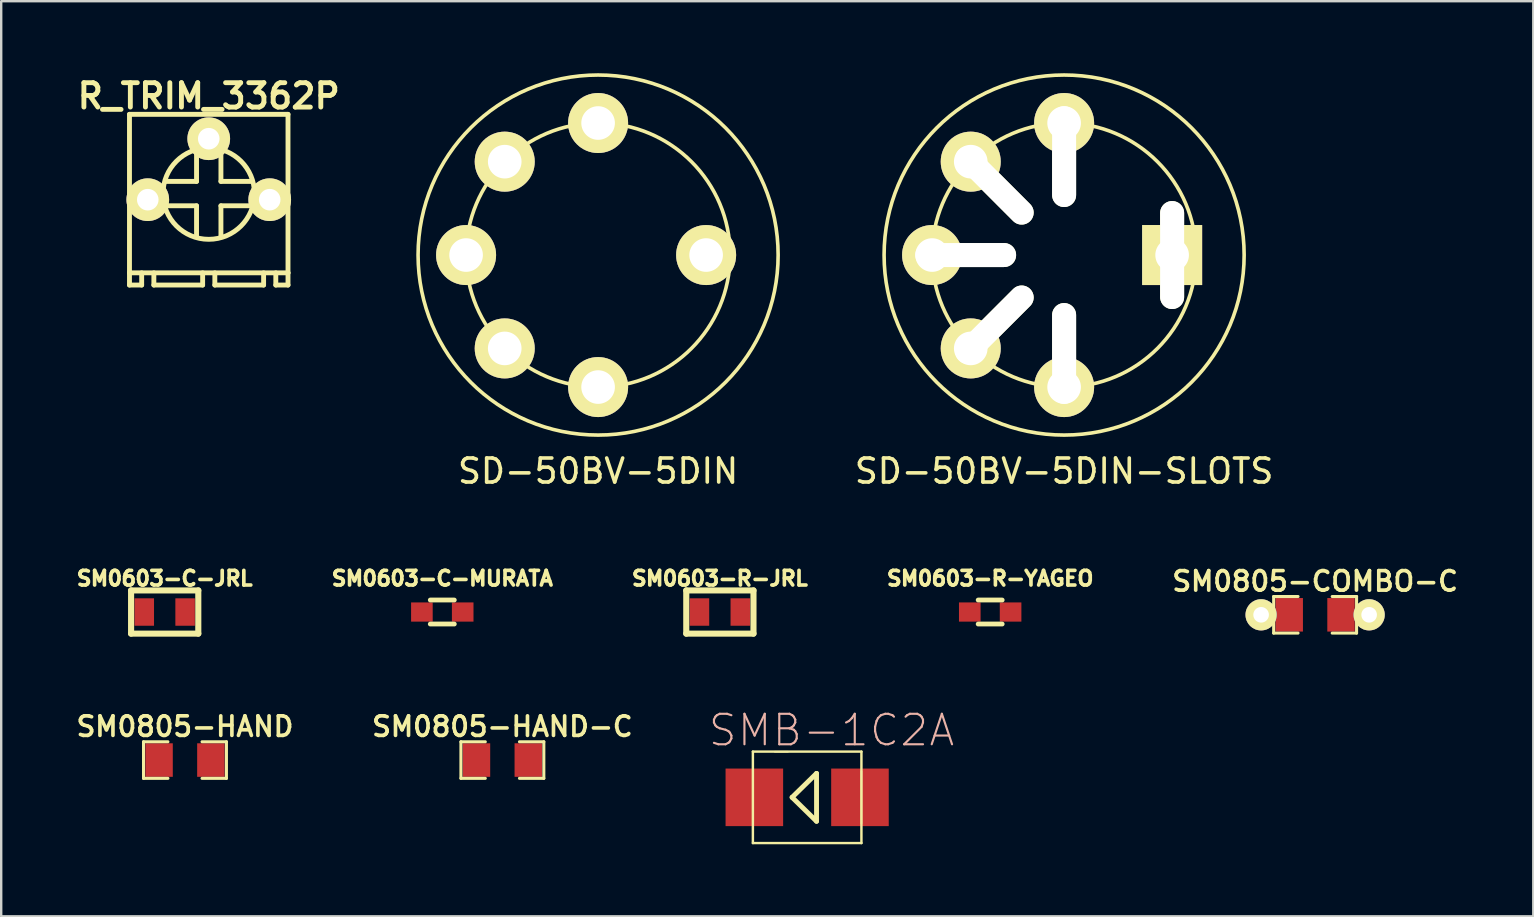
<source format=kicad_pcb>
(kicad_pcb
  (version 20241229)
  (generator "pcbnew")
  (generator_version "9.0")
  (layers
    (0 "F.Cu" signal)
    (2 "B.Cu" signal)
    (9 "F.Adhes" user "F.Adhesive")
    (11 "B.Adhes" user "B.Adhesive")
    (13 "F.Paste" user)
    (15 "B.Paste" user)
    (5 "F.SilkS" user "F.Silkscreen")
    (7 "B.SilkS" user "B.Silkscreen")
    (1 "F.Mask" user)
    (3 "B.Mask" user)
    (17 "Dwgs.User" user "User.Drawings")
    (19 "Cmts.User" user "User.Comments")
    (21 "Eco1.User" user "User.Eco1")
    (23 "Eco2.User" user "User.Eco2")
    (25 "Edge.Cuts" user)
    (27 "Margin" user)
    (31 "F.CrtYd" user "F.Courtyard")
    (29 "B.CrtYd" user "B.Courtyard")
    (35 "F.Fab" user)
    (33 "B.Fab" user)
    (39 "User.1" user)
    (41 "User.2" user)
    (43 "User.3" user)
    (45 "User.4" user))
  (footprint "SM0603-R-YAGEO"
    (layer "F.Cu")
    (at 38.201 22.447)
    (property "Reference" "SM0603-R-YAGEO" (at 0 -1.4 0) (layer "F.SilkS") (effects (font (size 0.61 0.61) (thickness 0.152))))
    (attr smd)
    (fp_line (start -0.5 -0.5) (end 0.5 -0.5) (stroke (width 0.2) (type solid)) (layer "F.SilkS"))
    (fp_line (start -0.5 0.5) (end 0.5 0.5) (stroke (width 0.2) (type solid)) (layer "F.SilkS"))
    (pad "1" smd rect (at -0.85 0) (size 0.9 0.8) (layers "F.Cu" "F.Mask" "F.Paste"))
    (pad "2" smd rect (at 0.85 0) (size 0.9 0.8) (layers "F.Cu" "F.Mask" "F.Paste")))
  (footprint "SM0603-C-MURATA"
    (layer "F.Cu")
    (at 15.376 22.447)
    (property "Reference" "SM0603-C-MURATA" (at 0 -1.4 0) (layer "F.SilkS") (effects (font (size 0.61 0.61) (thickness 0.152))))
    (attr smd)
    (fp_line (start -0.5 -0.5) (end 0.5 -0.5) (stroke (width 0.2) (type solid)) (layer "F.SilkS"))
    (fp_line (start -0.5 0.5) (end 0.5 0.5) (stroke (width 0.2) (type solid)) (layer "F.SilkS"))
    (pad "1" smd rect (at -0.85 0) (size 0.9 0.8) (layers "F.Cu" "F.Mask" "F.Paste"))
    (pad "2" smd rect (at 0.85 0) (size 0.9 0.8) (layers "F.Cu" "F.Mask" "F.Paste")))
  (footprint "R_TRIM_3362P"
    (layer "F.Cu")
    (at 5.646 5.269)
    (property "Reference" "R_TRIM_3362P" (at 0 -4.318 0) (layer "F.SilkS") (effects (font (size 1.016 1.016) (thickness 0.203))))
    (attr through_hole)
    (fp_line (start -3.302 -3.556) (end 3.302 -3.556) (stroke (width 0.203) (type solid)) (layer "F.SilkS"))
    (fp_line (start -3.302 3.048) (end -3.302 -3.556) (stroke (width 0.203) (type solid)) (layer "F.SilkS"))
    (fp_line (start -3.302 3.556) (end -3.302 3.048) (stroke (width 0.203) (type solid)) (layer "F.SilkS"))
    (fp_line (start -2.794 3.048) (end -2.794 3.556) (stroke (width 0.203) (type solid)) (layer "F.SilkS"))
    (fp_line (start -2.794 3.556) (end -3.302 3.556) (stroke (width 0.203) (type solid)) (layer "F.SilkS"))
    (fp_line (start -2.286 3.556) (end -2.286 3.048) (stroke (width 0.203) (type solid)) (layer "F.SilkS"))
    (fp_line (start -1.778 -0.762) (end -0.508 -0.762) (stroke (width 0.203) (type solid)) (layer "F.SilkS"))
    (fp_line (start -0.508 -0.762) (end -0.508 -2.032) (stroke (width 0.203) (type solid)) (layer "F.SilkS"))
    (fp_line (start -0.508 0.254) (end -1.778 0.254) (stroke (width 0.203) (type solid)) (layer "F.SilkS"))
    (fp_line (start -0.508 1.524) (end -0.508 0.254) (stroke (width 0.203) (type solid)) (layer "F.SilkS"))
    (fp_line (start -0.254 3.048) (end -0.254 3.556) (stroke (width 0.203) (type solid)) (layer "F.SilkS"))
    (fp_line (start -0.254 3.556) (end -2.286 3.556) (stroke (width 0.203) (type solid)) (layer "F.SilkS"))
    (fp_line (start 0.254 3.556) (end 0.254 3.048) (stroke (width 0.203) (type solid)) (layer "F.SilkS"))
    (fp_line (start 0.508 -2.032) (end 0.508 -0.762) (stroke (width 0.203) (type solid)) (layer "F.SilkS"))
    (fp_line (start 0.508 -0.762) (end 1.778 -0.762) (stroke (width 0.203) (type solid)) (layer "F.SilkS"))
    (fp_line (start 0.508 0.254) (end 0.508 1.524) (stroke (width 0.203) (type solid)) (layer "F.SilkS"))
    (fp_line (start 1.778 0.254) (end 0.508 0.254) (stroke (width 0.203) (type solid)) (layer "F.SilkS"))
    (fp_line (start 2.286 3.048) (end 2.286 3.556) (stroke (width 0.203) (type solid)) (layer "F.SilkS"))
    (fp_line (start 2.286 3.556) (end 0.254 3.556) (stroke (width 0.203) (type solid)) (layer "F.SilkS"))
    (fp_line (start 2.794 3.556) (end 2.794 3.048) (stroke (width 0.203) (type solid)) (layer "F.SilkS"))
    (fp_line (start 3.302 -3.556) (end 3.302 3.048) (stroke (width 0.203) (type solid)) (layer "F.SilkS"))
    (fp_line (start 3.302 3.048) (end -3.302 3.048) (stroke (width 0.203) (type solid)) (layer "F.SilkS"))
    (fp_line (start 3.302 3.048) (end 3.302 3.556) (stroke (width 0.203) (type solid)) (layer "F.SilkS"))
    (fp_line (start 3.302 3.556) (end 2.794 3.556) (stroke (width 0.203) (type solid)) (layer "F.SilkS"))
    (fp_circle (center 0 -0.254) (end 1.905 -0.254) (stroke (width 0.203) (type solid)) (fill no) (layer "F.SilkS"))
    (pad "1" thru_hole circle (at -2.54 0) (size 1.778 1.778) (drill 0.899) (layers "*.Cu" "*.Mask" "F.SilkS"))
    (pad "2" thru_hole circle (at 0 -2.54) (size 1.778 1.778) (drill 0.899) (layers "*.Cu" "*.Mask" "F.SilkS"))
    (pad "3" thru_hole circle (at 2.54 0) (size 1.778 1.778) (drill 0.899) (layers "*.Cu" "*.Mask" "F.SilkS")))
  (footprint "SMB-1C2A"
    (layer "F.Cu")
    (at 30.576 30.167)
    (property "Reference" "SMB-1C2A" (at 1.016 -2.794 0) (layer "B.SilkS") (effects (font (size 1.27 1.27) (thickness 0.089))))
    (attr smd)
    (fp_line (start -2.261 -1.905) (end 2.261 -1.905) (stroke (width 0.102) (type solid)) (layer "F.SilkS"))
    (fp_line (start -2.261 1.09) (end -2.261 -1.09) (stroke (width 0.066) (type solid)) (layer "F.SilkS"))
    (fp_line (start -2.261 1.905) (end -2.261 -1.905) (stroke (width 0.102) (type solid)) (layer "F.SilkS"))
    (fp_line (start -2.261 1.905) (end 2.261 1.905) (stroke (width 0.102) (type solid)) (layer "F.SilkS"))
    (fp_line (start -1.349 -1.9) (end -0.798 -1.9) (stroke (width 0.066) (type solid)) (layer "F.SilkS"))
    (fp_line (start -1.349 1.9) (end -0.798 1.9) (stroke (width 0.066) (type solid)) (layer "F.SilkS"))
    (fp_line (start -0.628 0) (end 0.391 0.998) (stroke (width 0.203) (type solid)) (layer "F.SilkS"))
    (fp_line (start 0.391 -0.998) (end -0.628 0) (stroke (width 0.203) (type solid)) (layer "F.SilkS"))
    (fp_line (start 0.391 0.998) (end 0.391 -0.998) (stroke (width 0.203) (type solid)) (layer "F.SilkS"))
    (fp_line (start 2.261 1.09) (end 2.261 -1.09) (stroke (width 0.066) (type solid)) (layer "F.SilkS"))
    (fp_line (start 2.261 1.905) (end 2.261 -1.905) (stroke (width 0.102) (type solid)) (layer "F.SilkS"))
    (pad "1" smd rect (at -2.2 0) (size 2.398 2.398) (layers "F.Cu" "F.Mask" "F.Paste"))
    (pad "2" smd rect (at 2.2 0) (size 2.398 2.398) (layers "F.Cu" "F.Mask" "F.Paste")))
  (footprint "SD-50BV-5DIN"
    (layer "F.Cu")
    (at 21.867 7.575)
    (property "Reference" "SD-50BV-5DIN" (at 0 9 0) (layer "F.SilkS") (effects (font (size 1 1) (thickness 0.15))))
    (attr through_hole)
    (fp_circle (center 0 0) (end 5.5 0) (stroke (width 0.15) (type solid)) (fill no) (layer "F.SilkS"))
    (fp_circle (center 0 0) (end 7.5 0) (stroke (width 0.15) (type solid)) (fill no) (layer "F.SilkS"))
    (pad "1" thru_hole circle (at 0 5.5) (size 2.5 2.5) (drill 1.4) (layers "*.Cu" "*.Mask" "F.SilkS"))
    (pad "2" thru_hole circle (at -5.5 0) (size 2.5 2.5) (drill 1.4) (layers "*.Cu" "*.Mask" "F.SilkS"))
    (pad "3" thru_hole circle (at 0 -5.5) (size 2.5 2.5) (drill 1.4) (layers "*.Cu" "*.Mask" "F.SilkS"))
    (pad "4" thru_hole circle (at -3.89 3.89) (size 2.5 2.5) (drill 1.4) (layers "*.Cu" "*.Mask" "F.SilkS"))
    (pad "5" thru_hole circle (at -3.89 -3.89) (size 2.5 2.5) (drill 1.4) (layers "*.Cu" "*.Mask" "F.SilkS"))
    (pad "6" thru_hole circle (at 4.5 0) (size 2.5 2.5) (drill 1.4) (layers "*.Cu" "*.Mask" "F.SilkS")))
  (footprint "SM0805-HAND-C"
    (layer "F.Cu")
    (at 17.879 28.614)
    (property "Reference" "SM0805-HAND-C" (at 0 -1.397 0) (layer "F.SilkS") (effects (font (size 0.813 0.813) (thickness 0.152))))
    (attr smd)
    (fp_line (start -1.727 -0.762) (end -0.711 -0.762) (stroke (width 0.127) (type solid)) (layer "F.SilkS"))
    (fp_line (start -1.727 0.762) (end -1.727 -0.762) (stroke (width 0.127) (type solid)) (layer "F.SilkS"))
    (fp_line (start -0.711 0.762) (end -1.727 0.762) (stroke (width 0.127) (type solid)) (layer "F.SilkS"))
    (fp_line (start 0.711 -0.762) (end 1.727 -0.762) (stroke (width 0.127) (type solid)) (layer "F.SilkS"))
    (fp_line (start 1.727 -0.762) (end 1.727 0.762) (stroke (width 0.127) (type solid)) (layer "F.SilkS"))
    (fp_line (start 1.727 0.762) (end 0.711 0.762) (stroke (width 0.127) (type solid)) (layer "F.SilkS"))
    (pad "1" smd rect (at -1.079 0) (size 1.143 1.397) (layers "F.Cu" "F.Mask" "F.Paste"))
    (pad "2" smd rect (at 1.079 0) (size 1.143 1.397) (layers "F.Cu" "F.Mask" "F.Paste")))
  (footprint "SM0603-R-JRL"
    (layer "F.Cu")
    (at 26.94 22.447)
    (property "Reference" "SM0603-R-JRL" (at 0 -1.4 0) (layer "F.SilkS") (effects (font (size 0.61 0.61) (thickness 0.152))))
    (attr smd)
    (fp_line (start -1.4 -0.9) (end -1.4 0.9) (stroke (width 0.254) (type solid)) (layer "F.SilkS"))
    (fp_line (start -1.4 0.9) (end 1.4 0.9) (stroke (width 0.254) (type solid)) (layer "F.SilkS"))
    (fp_line (start 1.4 -0.9) (end -1.4 -0.9) (stroke (width 0.254) (type solid)) (layer "F.SilkS"))
    (fp_line (start 1.4 0.9) (end 1.4 -0.9) (stroke (width 0.254) (type solid)) (layer "F.SilkS"))
    (pad "1" smd rect (at -0.851 0) (size 0.813 1.143) (layers "F.Cu" "F.Mask" "F.Paste"))
    (pad "2" smd rect (at 0.851 0) (size 0.813 1.143) (layers "F.Cu" "F.Mask" "F.Paste")))
  (footprint "SM0603-C-JRL"
    (layer "F.Cu")
    (at 3.811 22.447)
    (property "Reference" "SM0603-C-JRL" (at 0 -1.4 0) (layer "F.SilkS") (effects (font (size 0.61 0.61) (thickness 0.152))))
    (attr smd)
    (fp_line (start -1.4 -0.9) (end -1.4 0.9) (stroke (width 0.254) (type solid)) (layer "F.SilkS"))
    (fp_line (start -1.4 0.9) (end 1.4 0.9) (stroke (width 0.254) (type solid)) (layer "F.SilkS"))
    (fp_line (start 1.4 -0.9) (end -1.4 -0.9) (stroke (width 0.254) (type solid)) (layer "F.SilkS"))
    (fp_line (start 1.4 0.9) (end 1.4 -0.9) (stroke (width 0.254) (type solid)) (layer "F.SilkS"))
    (pad "1" smd rect (at -0.851 0) (size 0.813 1.143) (layers "F.Cu" "F.Mask" "F.Paste"))
    (pad "2" smd rect (at 0.851 0) (size 0.813 1.143) (layers "F.Cu" "F.Mask" "F.Paste")))
  (footprint "SD-50BV-5DIN-SLOTS"
    (layer "F.Cu")
    (at 41.281 7.575)
    (property "Reference" "SD-50BV-5DIN-SLOTS" (at 0 9 0) (layer "F.SilkS") (effects (font (size 1 1) (thickness 0.15))))
    (attr through_hole)
    (fp_circle (center 0 0) (end 5.5 0) (stroke (width 0.15) (type solid)) (fill no) (layer "F.SilkS"))
    (fp_circle (center 0 0) (end 7.5 0) (stroke (width 0.15) (type solid)) (fill no) (layer "F.SilkS"))
    (pad "" np_thru_hole oval (at -4.1 0 90) (size 1 4.2) (drill oval 1 4.2) (layers "*.Cu" "*.Mask" "F.SilkS"))
    (pad "" np_thru_hole oval (at -2.9 -2.9 45) (size 1 4.2) (drill oval 1 4.2) (layers "*.Cu" "*.Mask" "F.SilkS"))
    (pad "" np_thru_hole oval (at -2.9 2.9 315) (size 1 4.2) (drill oval 1 4.2) (layers "*.Cu" "*.Mask" "F.SilkS"))
    (pad "" np_thru_hole oval (at 0 -4.1) (size 1 4.2) (drill oval 1 4.2) (layers "*.Cu" "*.Mask" "F.SilkS"))
    (pad "" np_thru_hole oval (at 0 4.1) (size 1 4.2) (drill oval 1 4.2) (layers "*.Cu" "*.Mask" "F.SilkS"))
    (pad "" np_thru_hole oval (at 4.5 0) (size 1 4.5) (drill oval 1 4.5) (layers "*.Cu" "*.Mask" "F.SilkS"))
    (pad "1" thru_hole circle (at 0 5.5) (size 2.5 2.5) (drill 1.4) (layers "*.Cu" "*.Mask" "F.SilkS"))
    (pad "2" thru_hole circle (at -5.5 0) (size 2.5 2.5) (drill 1.4) (layers "*.Cu" "*.Mask" "F.SilkS"))
    (pad "3" thru_hole circle (at 0 -5.5) (size 2.5 2.5) (drill 1.4) (layers "*.Cu" "*.Mask" "F.SilkS"))
    (pad "4" thru_hole circle (at -3.89 3.89) (size 2.5 2.5) (drill 1.4) (layers "*.Cu" "*.Mask" "F.SilkS"))
    (pad "5" thru_hole circle (at -3.89 -3.89) (size 2.5 2.5) (drill 1.4) (layers "*.Cu" "*.Mask" "F.SilkS"))
    (pad "6" thru_hole rect (at 4.5 0) (size 2.5 2.5) (drill 1.4) (layers "*.Cu" "*.Mask" "F.SilkS")))
  (footprint "SM0805-COMBO-C"
    (layer "F.Cu")
    (at 51.738 22.563)
    (property "Reference" "SM0805-COMBO-C" (at 0 -1.397 0) (layer "F.SilkS") (effects (font (size 0.813 0.813) (thickness 0.152))))
    (attr smd)
    (fp_line (start -1.727 -0.762) (end -0.711 -0.762) (stroke (width 0.127) (type solid)) (layer "F.SilkS"))
    (fp_line (start -1.727 0.762) (end -1.727 -0.762) (stroke (width 0.127) (type solid)) (layer "F.SilkS"))
    (fp_line (start -0.711 0.762) (end -1.727 0.762) (stroke (width 0.127) (type solid)) (layer "F.SilkS"))
    (fp_line (start 0.711 -0.762) (end 1.727 -0.762) (stroke (width 0.127) (type solid)) (layer "F.SilkS"))
    (fp_line (start 1.727 -0.762) (end 1.727 0.762) (stroke (width 0.127) (type solid)) (layer "F.SilkS"))
    (fp_line (start 1.727 0.762) (end 0.711 0.762) (stroke (width 0.127) (type solid)) (layer "F.SilkS"))
    (pad "1" thru_hole circle (at -2.25 0) (size 1.3 1.3) (drill 0.65) (layers "*.Cu" "*.Mask" "F.SilkS"))
    (pad "1" smd rect (at -1.079 0) (size 1.143 1.397) (layers "F.Cu" "F.Mask" "F.Paste"))
    (pad "2" smd rect (at 1.079 0) (size 1.143 1.397) (layers "F.Cu" "F.Mask" "F.Paste"))
    (pad "2" thru_hole circle (at 2.25 0) (size 1.3 1.3) (drill 0.65) (layers "*.Cu" "*.Mask" "F.SilkS")))
  (footprint "SM0805-HAND"
    (layer "F.Cu")
    (at 4.656 28.614)
    (property "Reference" "SM0805-HAND" (at 0 -1.397 0) (layer "F.SilkS") (effects (font (size 0.813 0.813) (thickness 0.152))))
    (attr smd)
    (fp_line (start -1.727 -0.762) (end -0.711 -0.762) (stroke (width 0.127) (type solid)) (layer "F.SilkS"))
    (fp_line (start -1.727 0.762) (end -1.727 -0.762) (stroke (width 0.127) (type solid)) (layer "F.SilkS"))
    (fp_line (start -0.711 0.762) (end -1.727 0.762) (stroke (width 0.127) (type solid)) (layer "F.SilkS"))
    (fp_line (start 0.711 -0.762) (end 1.727 -0.762) (stroke (width 0.127) (type solid)) (layer "F.SilkS"))
    (fp_line (start 1.727 -0.762) (end 1.727 0.762) (stroke (width 0.127) (type solid)) (layer "F.SilkS"))
    (fp_line (start 1.727 0.762) (end 0.711 0.762) (stroke (width 0.127) (type solid)) (layer "F.SilkS"))
    (pad "1" smd rect (at -1.079 0) (size 1.143 1.397) (layers "F.Cu" "F.Mask" "F.Paste"))
    (pad "2" smd rect (at 1.079 0) (size 1.143 1.397) (layers "F.Cu" "F.Mask" "F.Paste")))
  (gr_rect
    (start -3 -3)
    (end 60.827 35.123)
    (stroke (width 0.1) (type default))
    (fill no)
    (layer "Edge.Cuts")))
</source>
